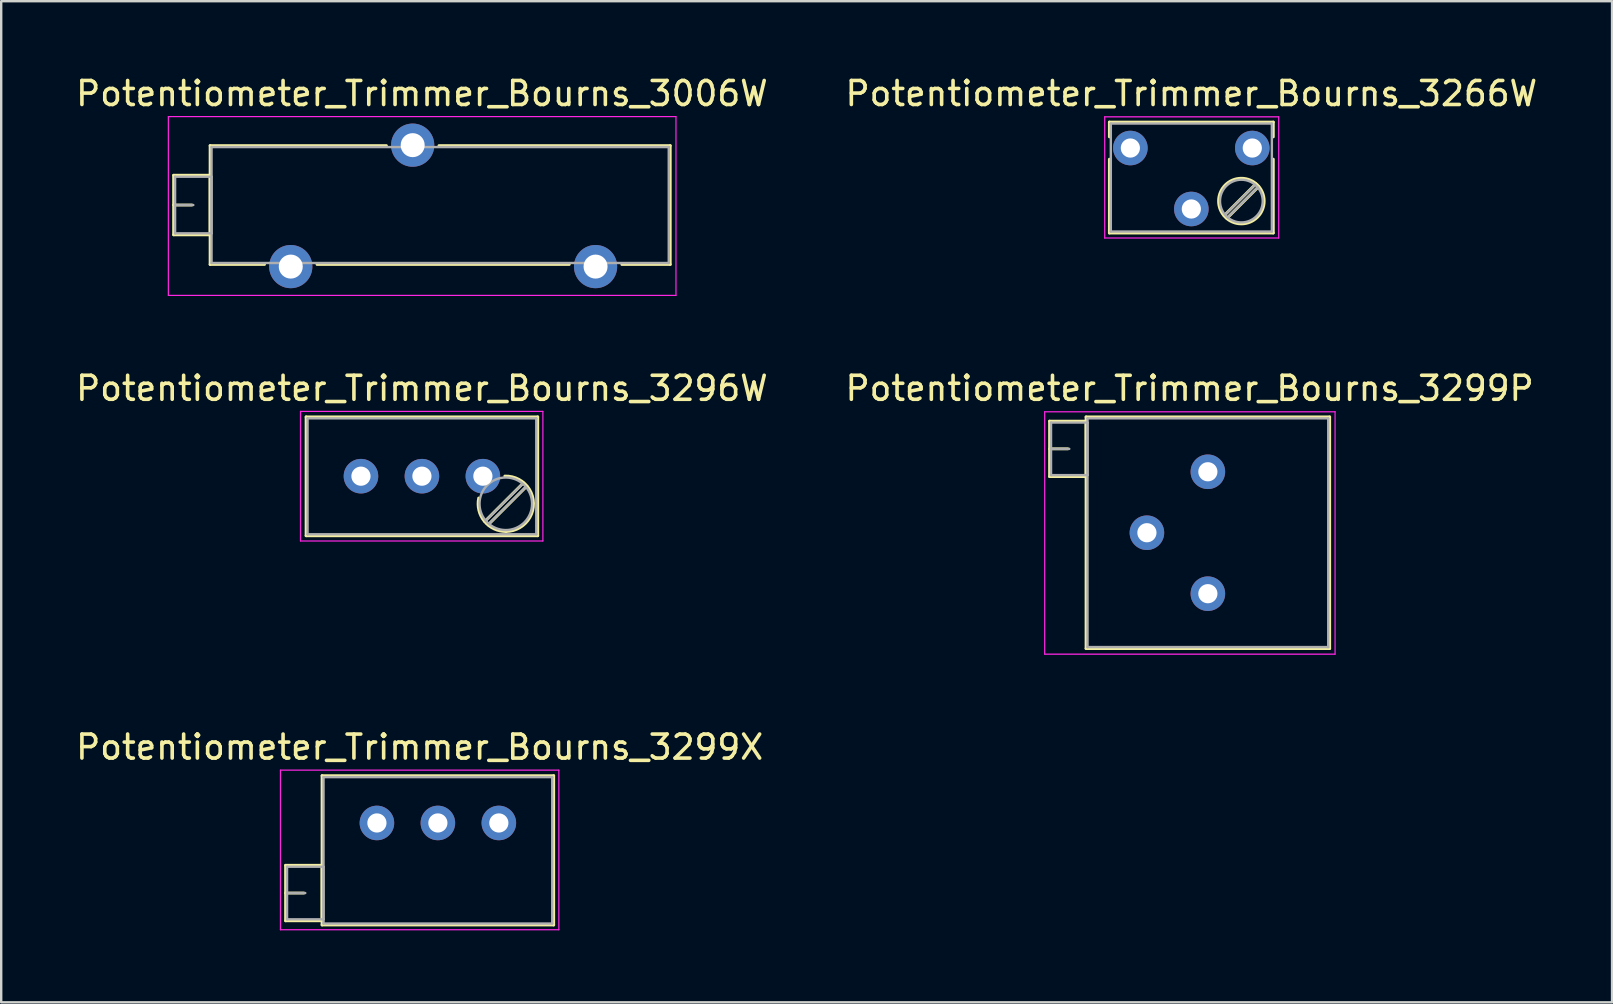
<source format=kicad_pcb>
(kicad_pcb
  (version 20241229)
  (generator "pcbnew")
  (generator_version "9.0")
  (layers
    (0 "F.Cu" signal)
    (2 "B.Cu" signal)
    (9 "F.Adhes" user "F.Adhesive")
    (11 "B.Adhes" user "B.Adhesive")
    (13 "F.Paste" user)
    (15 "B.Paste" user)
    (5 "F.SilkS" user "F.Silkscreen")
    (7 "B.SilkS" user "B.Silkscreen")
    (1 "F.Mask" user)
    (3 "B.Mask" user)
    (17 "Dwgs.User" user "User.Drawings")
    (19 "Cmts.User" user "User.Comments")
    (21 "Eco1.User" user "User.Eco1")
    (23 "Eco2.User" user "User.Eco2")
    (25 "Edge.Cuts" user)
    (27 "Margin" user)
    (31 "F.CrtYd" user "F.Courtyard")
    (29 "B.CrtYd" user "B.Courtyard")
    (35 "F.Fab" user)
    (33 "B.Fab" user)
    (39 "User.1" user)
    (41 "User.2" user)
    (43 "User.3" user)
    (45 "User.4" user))
  (footprint "Potentiometer_Trimmer_Bourns_3299P"
    (layer "F.Cu")
    (at 47.278 16.607)
    (property "Reference" "Potentiometer_Trimmer_Bourns_3299P" (at -0.76 -3.475 0) (layer "F.SilkS") (effects (font (size 1 1) (thickness 0.15))))
    (attr through_hole)
    (fp_line (start -6.595 -2.109) (end -6.595 0.2) (stroke (width 0.12) (type solid)) (layer "F.SilkS"))
    (fp_line (start -6.595 -2.109) (end -5.076 -2.109) (stroke (width 0.12) (type solid)) (layer "F.SilkS"))
    (fp_line (start -6.595 -0.955) (end -5.835 -0.955) (stroke (width 0.12) (type solid)) (layer "F.SilkS"))
    (fp_line (start -6.595 0.2) (end -5.076 0.2) (stroke (width 0.12) (type solid)) (layer "F.SilkS"))
    (fp_line (start -5.076 -2.109) (end -5.076 0.2) (stroke (width 0.12) (type solid)) (layer "F.SilkS"))
    (fp_line (start -5.075 -2.285) (end -5.075 7.365) (stroke (width 0.12) (type solid)) (layer "F.SilkS"))
    (fp_line (start -5.075 -2.285) (end 5.075 -2.285) (stroke (width 0.12) (type solid)) (layer "F.SilkS"))
    (fp_line (start -5.075 7.365) (end 5.075 7.365) (stroke (width 0.12) (type solid)) (layer "F.SilkS"))
    (fp_line (start 5.075 -2.285) (end 5.075 7.365) (stroke (width 0.12) (type solid)) (layer "F.SilkS"))
    (fp_line (start -6.8 -2.5) (end -6.8 7.6) (stroke (width 0.05) (type solid)) (layer "F.CrtYd"))
    (fp_line (start -6.8 7.6) (end 5.3 7.6) (stroke (width 0.05) (type solid)) (layer "F.CrtYd"))
    (fp_line (start 5.3 -2.5) (end -6.8 -2.5) (stroke (width 0.05) (type solid)) (layer "F.CrtYd"))
    (fp_line (start 5.3 7.6) (end 5.3 -2.5) (stroke (width 0.05) (type solid)) (layer "F.CrtYd"))
    (fp_line (start -6.535 -2.05) (end -6.535 0.14) (stroke (width 0.1) (type solid)) (layer "F.Fab"))
    (fp_line (start -6.535 -0.955) (end -5.775 -0.955) (stroke (width 0.1) (type solid)) (layer "F.Fab"))
    (fp_line (start -6.535 0.14) (end -5.015 0.14) (stroke (width 0.1) (type solid)) (layer "F.Fab"))
    (fp_line (start -5.015 -2.225) (end -5.015 7.305) (stroke (width 0.1) (type solid)) (layer "F.Fab"))
    (fp_line (start -5.015 -2.05) (end -6.535 -2.05) (stroke (width 0.1) (type solid)) (layer "F.Fab"))
    (fp_line (start -5.015 0.14) (end -5.015 -2.05) (stroke (width 0.1) (type solid)) (layer "F.Fab"))
    (fp_line (start -5.015 7.305) (end 5.015 7.305) (stroke (width 0.1) (type solid)) (layer "F.Fab"))
    (fp_line (start 5.015 -2.225) (end -5.015 -2.225) (stroke (width 0.1) (type solid)) (layer "F.Fab"))
    (fp_line (start 5.015 7.305) (end 5.015 -2.225) (stroke (width 0.1) (type solid)) (layer "F.Fab"))
    (pad "1" thru_hole circle (at 0 0) (size 1.44 1.44) (drill 0.8) (layers "*.Cu" "*.Mask"))
    (pad "2" thru_hole circle (at -2.54 2.54) (size 1.44 1.44) (drill 0.8) (layers "*.Cu" "*.Mask"))
    (pad "3" thru_hole circle (at 0 5.08) (size 1.44 1.44) (drill 0.8) (layers "*.Cu" "*.Mask")))
  (footprint "Potentiometer_Trimmer_Bourns_3266W"
    (layer "F.Cu")
    (at 49.129 3.118)
    (property "Reference" "Potentiometer_Trimmer_Bourns_3266W" (at -2.54 -2.27 0) (layer "F.SilkS") (effects (font (size 1 1) (thickness 0.15))))
    (attr through_hole)
    (fp_line (start -5.955 -1.08) (end -5.955 -0.465) (stroke (width 0.12) (type solid)) (layer "F.SilkS"))
    (fp_line (start -5.955 -1.08) (end 0.875 -1.08) (stroke (width 0.12) (type solid)) (layer "F.SilkS"))
    (fp_line (start -5.955 0.465) (end -5.955 3.54) (stroke (width 0.12) (type solid)) (layer "F.SilkS"))
    (fp_line (start -5.955 3.54) (end 0.875 3.54) (stroke (width 0.12) (type solid)) (layer "F.SilkS"))
    (fp_line (start 0.15 1.49) (end -1.175 2.815) (stroke (width 0.12) (type solid)) (layer "F.SilkS"))
    (fp_line (start 0.266 1.606) (end -1.059 2.931) (stroke (width 0.12) (type solid)) (layer "F.SilkS"))
    (fp_line (start 0.875 -1.08) (end 0.875 -0.465) (stroke (width 0.12) (type solid)) (layer "F.SilkS"))
    (fp_line (start 0.875 0.465) (end 0.875 3.54) (stroke (width 0.12) (type solid)) (layer "F.SilkS"))
    (fp_circle (center -0.455 2.21) (end 0.495 2.21) (stroke (width 0.12) (type solid)) (fill no) (layer "F.SilkS"))
    (fp_line (start -6.15 -1.3) (end -6.15 3.75) (stroke (width 0.05) (type solid)) (layer "F.CrtYd"))
    (fp_line (start -6.15 3.75) (end 1.1 3.75) (stroke (width 0.05) (type solid)) (layer "F.CrtYd"))
    (fp_line (start 1.1 -1.3) (end -6.15 -1.3) (stroke (width 0.05) (type solid)) (layer "F.CrtYd"))
    (fp_line (start 1.1 3.75) (end 1.1 -1.3) (stroke (width 0.05) (type solid)) (layer "F.CrtYd"))
    (fp_line (start -5.895 -1.02) (end -5.895 3.48) (stroke (width 0.1) (type solid)) (layer "F.Fab"))
    (fp_line (start -5.895 3.48) (end 0.815 3.48) (stroke (width 0.1) (type solid)) (layer "F.Fab"))
    (fp_line (start 0.112 1.536) (end -1.13 2.777) (stroke (width 0.1) (type solid)) (layer "F.Fab"))
    (fp_line (start 0.22 1.644) (end -1.021 2.885) (stroke (width 0.1) (type solid)) (layer "F.Fab"))
    (fp_line (start 0.815 -1.02) (end -5.895 -1.02) (stroke (width 0.1) (type solid)) (layer "F.Fab"))
    (fp_line (start 0.815 3.48) (end 0.815 -1.02) (stroke (width 0.1) (type solid)) (layer "F.Fab"))
    (fp_circle (center -0.455 2.21) (end 0.435 2.21) (stroke (width 0.1) (type solid)) (fill no) (layer "F.Fab"))
    (pad "1" thru_hole circle (at 0 0) (size 1.44 1.44) (drill 0.8) (layers "*.Cu" "*.Mask"))
    (pad "2" thru_hole circle (at -2.54 2.54) (size 1.44 1.44) (drill 0.8) (layers "*.Cu" "*.Mask"))
    (pad "3" thru_hole circle (at -5.08 0) (size 1.44 1.44) (drill 0.8) (layers "*.Cu" "*.Mask")))
  (footprint "Potentiometer_Trimmer_Bourns_3006W"
    (layer "F.Cu")
    (at 21.765 8.058)
    (property "Reference" "Potentiometer_Trimmer_Bourns_3006W" (at -7.235 -7.21 0) (layer "F.SilkS") (effects (font (size 1 1) (thickness 0.15))))
    (attr through_hole)
    (fp_line (start -17.58 -3.805) (end -17.58 -1.325) (stroke (width 0.12) (type solid)) (layer "F.SilkS"))
    (fp_line (start -17.58 -3.805) (end -16.061 -3.805) (stroke (width 0.12) (type solid)) (layer "F.SilkS"))
    (fp_line (start -17.58 -2.565) (end -16.82 -2.565) (stroke (width 0.12) (type solid)) (layer "F.SilkS"))
    (fp_line (start -17.58 -1.325) (end -16.061 -1.325) (stroke (width 0.12) (type solid)) (layer "F.SilkS"))
    (fp_line (start -16.061 -3.805) (end -16.061 -1.325) (stroke (width 0.12) (type solid)) (layer "F.SilkS"))
    (fp_line (start -16.06 -5.04) (end -16.06 -0.089) (stroke (width 0.12) (type solid)) (layer "F.SilkS"))
    (fp_line (start -16.06 -5.04) (end -8.715 -5.04) (stroke (width 0.12) (type solid)) (layer "F.SilkS"))
    (fp_line (start -16.06 -0.089) (end -13.794 -0.089) (stroke (width 0.12) (type solid)) (layer "F.SilkS"))
    (fp_line (start -11.605 -0.089) (end -1.095 -0.089) (stroke (width 0.12) (type solid)) (layer "F.SilkS"))
    (fp_line (start -6.525 -5.04) (end 3.111 -5.04) (stroke (width 0.12) (type solid)) (layer "F.SilkS"))
    (fp_line (start 1.095 -0.089) (end 3.111 -0.089) (stroke (width 0.12) (type solid)) (layer "F.SilkS"))
    (fp_line (start 3.111 -5.04) (end 3.111 -0.089) (stroke (width 0.12) (type solid)) (layer "F.SilkS"))
    (fp_line (start -17.8 -6.25) (end -17.8 1.2) (stroke (width 0.05) (type solid)) (layer "F.CrtYd"))
    (fp_line (start -17.8 1.2) (end 3.35 1.2) (stroke (width 0.05) (type solid)) (layer "F.CrtYd"))
    (fp_line (start 3.35 -6.25) (end -17.8 -6.25) (stroke (width 0.05) (type solid)) (layer "F.CrtYd"))
    (fp_line (start 3.35 1.2) (end 3.35 -6.25) (stroke (width 0.05) (type solid)) (layer "F.CrtYd"))
    (fp_line (start -17.52 -3.745) (end -17.52 -1.385) (stroke (width 0.1) (type solid)) (layer "F.Fab"))
    (fp_line (start -17.52 -2.565) (end -16.76 -2.565) (stroke (width 0.1) (type solid)) (layer "F.Fab"))
    (fp_line (start -17.52 -1.385) (end -16 -1.385) (stroke (width 0.1) (type solid)) (layer "F.Fab"))
    (fp_line (start -16 -4.98) (end -16 -0.15) (stroke (width 0.1) (type solid)) (layer "F.Fab"))
    (fp_line (start -16 -3.745) (end -17.52 -3.745) (stroke (width 0.1) (type solid)) (layer "F.Fab"))
    (fp_line (start -16 -1.385) (end -16 -3.745) (stroke (width 0.1) (type solid)) (layer "F.Fab"))
    (fp_line (start -16 -0.15) (end 3.05 -0.15) (stroke (width 0.1) (type solid)) (layer "F.Fab"))
    (fp_line (start 3.05 -4.98) (end -16 -4.98) (stroke (width 0.1) (type solid)) (layer "F.Fab"))
    (fp_line (start 3.05 -0.15) (end 3.05 -4.98) (stroke (width 0.1) (type solid)) (layer "F.Fab"))
    (pad "1" thru_hole circle (at 0 0) (size 1.8 1.8) (drill 1) (layers "*.Cu" "*.Mask"))
    (pad "2" thru_hole circle (at -7.62 -5.06) (size 1.8 1.8) (drill 1) (layers "*.Cu" "*.Mask"))
    (pad "3" thru_hole circle (at -12.7 0) (size 1.8 1.8) (drill 1) (layers "*.Cu" "*.Mask")))
  (footprint "Potentiometer_Trimmer_Bourns_3299X"
    (layer "F.Cu")
    (at 17.735 31.24)
    (property "Reference" "Potentiometer_Trimmer_Bourns_3299X" (at -3.3 -3.16 0) (layer "F.SilkS") (effects (font (size 1 1) (thickness 0.15))))
    (attr through_hole)
    (fp_line (start -8.885 1.765) (end -8.885 4.075) (stroke (width 0.12) (type solid)) (layer "F.SilkS"))
    (fp_line (start -8.885 1.765) (end -7.366 1.765) (stroke (width 0.12) (type solid)) (layer "F.SilkS"))
    (fp_line (start -8.885 2.92) (end -8.125 2.92) (stroke (width 0.12) (type solid)) (layer "F.SilkS"))
    (fp_line (start -8.885 4.075) (end -7.366 4.075) (stroke (width 0.12) (type solid)) (layer "F.SilkS"))
    (fp_line (start -7.366 1.765) (end -7.366 4.075) (stroke (width 0.12) (type solid)) (layer "F.SilkS"))
    (fp_line (start -7.365 -1.97) (end -7.365 4.25) (stroke (width 0.12) (type solid)) (layer "F.SilkS"))
    (fp_line (start -7.365 -1.97) (end 2.285 -1.97) (stroke (width 0.12) (type solid)) (layer "F.SilkS"))
    (fp_line (start -7.365 4.25) (end 2.285 4.25) (stroke (width 0.12) (type solid)) (layer "F.SilkS"))
    (fp_line (start 2.285 -1.97) (end 2.285 4.25) (stroke (width 0.12) (type solid)) (layer "F.SilkS"))
    (fp_line (start -9.1 -2.2) (end -9.1 4.45) (stroke (width 0.05) (type solid)) (layer "F.CrtYd"))
    (fp_line (start -9.1 4.45) (end 2.5 4.45) (stroke (width 0.05) (type solid)) (layer "F.CrtYd"))
    (fp_line (start 2.5 -2.2) (end -9.1 -2.2) (stroke (width 0.05) (type solid)) (layer "F.CrtYd"))
    (fp_line (start 2.5 4.45) (end 2.5 -2.2) (stroke (width 0.05) (type solid)) (layer "F.CrtYd"))
    (fp_line (start -8.825 1.825) (end -8.825 4.015) (stroke (width 0.1) (type solid)) (layer "F.Fab"))
    (fp_line (start -8.825 2.92) (end -8.065 2.92) (stroke (width 0.1) (type solid)) (layer "F.Fab"))
    (fp_line (start -8.825 4.015) (end -7.305 4.015) (stroke (width 0.1) (type solid)) (layer "F.Fab"))
    (fp_line (start -7.305 -1.91) (end -7.305 4.19) (stroke (width 0.1) (type solid)) (layer "F.Fab"))
    (fp_line (start -7.305 1.825) (end -8.825 1.825) (stroke (width 0.1) (type solid)) (layer "F.Fab"))
    (fp_line (start -7.305 4.015) (end -7.305 1.825) (stroke (width 0.1) (type solid)) (layer "F.Fab"))
    (fp_line (start -7.305 4.19) (end 2.225 4.19) (stroke (width 0.1) (type solid)) (layer "F.Fab"))
    (fp_line (start 2.225 -1.91) (end -7.305 -1.91) (stroke (width 0.1) (type solid)) (layer "F.Fab"))
    (fp_line (start 2.225 4.19) (end 2.225 -1.91) (stroke (width 0.1) (type solid)) (layer "F.Fab"))
    (pad "1" thru_hole circle (at 0 0) (size 1.44 1.44) (drill 0.8) (layers "*.Cu" "*.Mask"))
    (pad "2" thru_hole circle (at -2.54 0) (size 1.44 1.44) (drill 0.8) (layers "*.Cu" "*.Mask"))
    (pad "3" thru_hole circle (at -5.08 0) (size 1.44 1.44) (drill 0.8) (layers "*.Cu" "*.Mask")))
  (footprint "Potentiometer_Trimmer_Bourns_3296W"
    (layer "F.Cu")
    (at 17.07 16.791)
    (property "Reference" "Potentiometer_Trimmer_Bourns_3296W" (at -2.54 -3.66 0) (layer "F.SilkS") (effects (font (size 1 1) (thickness 0.15))))
    (attr through_hole)
    (fp_line (start -7.365 -2.47) (end -7.365 2.481) (stroke (width 0.12) (type solid)) (layer "F.SilkS"))
    (fp_line (start -7.365 -2.47) (end 2.285 -2.47) (stroke (width 0.12) (type solid)) (layer "F.SilkS"))
    (fp_line (start -7.365 2.481) (end 2.285 2.481) (stroke (width 0.12) (type solid)) (layer "F.SilkS"))
    (fp_line (start 1.691 0.275) (end 0.079 1.885) (stroke (width 0.12) (type solid)) (layer "F.SilkS"))
    (fp_line (start 1.831 0.416) (end 0.22 2.026) (stroke (width 0.12) (type solid)) (layer "F.SilkS"))
    (fp_line (start 2.285 -2.47) (end 2.285 2.481) (stroke (width 0.12) (type solid)) (layer "F.SilkS"))
    (fp_arc (start 0.914691 -0.004296) (mid 2.109824 1.129842) (end 0.955 2.305) (stroke (width 0.12) (type solid)) (layer "F.SilkS"))
    (fp_arc (start 0.975121 2.304052) (mid 0.064355 1.884161) (end -0.174 0.91) (stroke (width 0.12) (type solid)) (layer "F.SilkS"))
    (fp_line (start -7.6 -2.7) (end -7.6 2.7) (stroke (width 0.05) (type solid)) (layer "F.CrtYd"))
    (fp_line (start -7.6 2.7) (end 2.5 2.7) (stroke (width 0.05) (type solid)) (layer "F.CrtYd"))
    (fp_line (start 2.5 -2.7) (end -7.6 -2.7) (stroke (width 0.05) (type solid)) (layer "F.CrtYd"))
    (fp_line (start 2.5 2.7) (end 2.5 -2.7) (stroke (width 0.05) (type solid)) (layer "F.CrtYd"))
    (fp_line (start -7.305 -2.41) (end -7.305 2.42) (stroke (width 0.1) (type solid)) (layer "F.Fab"))
    (fp_line (start -7.305 2.42) (end 2.225 2.42) (stroke (width 0.1) (type solid)) (layer "F.Fab"))
    (fp_line (start 1.652 0.32) (end 0.125 1.847) (stroke (width 0.1) (type solid)) (layer "F.Fab"))
    (fp_line (start 1.786 0.454) (end 0.259 1.981) (stroke (width 0.1) (type solid)) (layer "F.Fab"))
    (fp_line (start 2.225 -2.41) (end -7.305 -2.41) (stroke (width 0.1) (type solid)) (layer "F.Fab"))
    (fp_line (start 2.225 2.42) (end 2.225 -2.41) (stroke (width 0.1) (type solid)) (layer "F.Fab"))
    (fp_circle (center 0.955 1.15) (end 2.05 1.15) (stroke (width 0.1) (type solid)) (fill no) (layer "F.Fab"))
    (pad "1" thru_hole circle (at 0 0) (size 1.44 1.44) (drill 0.8) (layers "*.Cu" "*.Mask"))
    (pad "2" thru_hole circle (at -2.54 0) (size 1.44 1.44) (drill 0.8) (layers "*.Cu" "*.Mask"))
    (pad "3" thru_hole circle (at -5.08 0) (size 1.44 1.44) (drill 0.8) (layers "*.Cu" "*.Mask")))
  (gr_rect
    (start -3 -3)
    (end 64.119 38.715)
    (stroke (width 0.1) (type default))
    (fill no)
    (layer "Edge.Cuts")))
</source>
